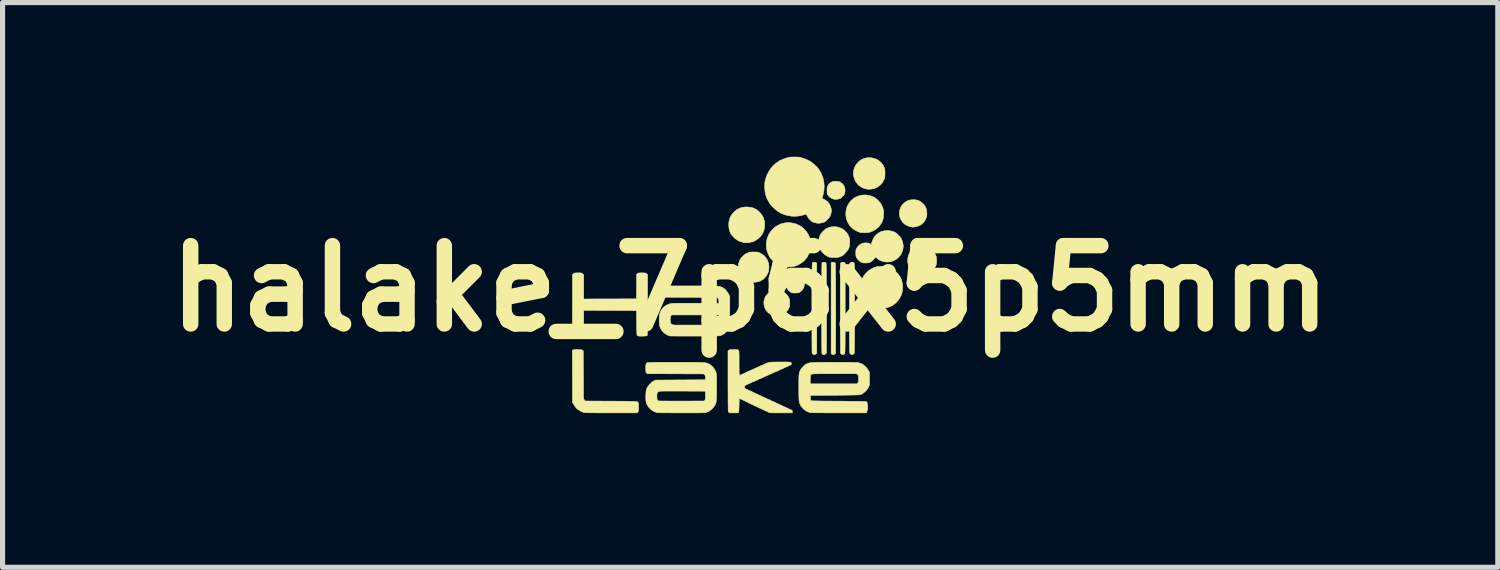
<source format=kicad_pcb>
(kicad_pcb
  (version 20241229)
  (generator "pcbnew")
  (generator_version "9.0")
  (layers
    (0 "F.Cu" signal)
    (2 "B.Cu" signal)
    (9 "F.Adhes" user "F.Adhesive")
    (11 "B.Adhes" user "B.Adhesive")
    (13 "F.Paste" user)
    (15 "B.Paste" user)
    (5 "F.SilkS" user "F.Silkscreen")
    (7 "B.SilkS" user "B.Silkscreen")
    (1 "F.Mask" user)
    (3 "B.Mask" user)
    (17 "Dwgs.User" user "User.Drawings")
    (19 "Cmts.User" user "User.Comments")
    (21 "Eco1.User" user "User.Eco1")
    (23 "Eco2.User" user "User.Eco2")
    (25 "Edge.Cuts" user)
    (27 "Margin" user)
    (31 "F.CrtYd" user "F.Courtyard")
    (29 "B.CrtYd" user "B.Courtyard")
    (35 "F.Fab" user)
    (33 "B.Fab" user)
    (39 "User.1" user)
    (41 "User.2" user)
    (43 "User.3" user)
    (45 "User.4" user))
  (footprint "halake_7p6x5p5mm"
    (layer "F.Cu")
    (at 11.546 2.564)
    (property "Reference" "halake_7p6x5p5mm" (at 0 0 0) (layer "F.SilkS") (effects (font (size 1.524 1.524) (thickness 0.3))))
    (attr through_hole)
    (fp_poly (pts (xy 1.642 -0.507) (xy 1.656 -0.495) (xy 1.658 -0.491) (xy 1.658 -0.483) (xy 1.659 -0.463) (xy 1.66 -0.432) (xy 1.66 -0.392) (xy 1.661 -0.342) (xy 1.661 -0.284) (xy 1.662 -0.218) (xy 1.662 -0.147) (xy 1.663 -0.069) (xy 1.663 0.013) (xy 1.663 0.099) (xy 1.663 0.187) (xy 1.664 0.278) (xy 1.664 0.369) (xy 1.664 0.461) (xy 1.664 0.552) (xy 1.664 0.641) (xy 1.664 0.728) (xy 1.664 0.811) (xy 1.663 0.89) (xy 1.663 0.964) (xy 1.663 1.032) (xy 1.663 1.092) (xy 1.662 1.145) (xy 1.662 1.189) (xy 1.661 1.223) (xy 1.661 1.247) (xy 1.66 1.259) (xy 1.66 1.26) (xy 1.652 1.27) (xy 1.637 1.28) (xy 1.622 1.287) (xy 1.615 1.289) (xy 1.606 1.286) (xy 1.592 1.279) (xy 1.592 1.279) (xy 1.575 1.27) (xy 1.575 -0.507) (xy 1.594 -0.511) (xy 1.62 -0.513) (xy 1.642 -0.507)) (stroke (width 0.01) (type solid)) (fill yes) (layer "F.SilkS"))
    (fp_poly (pts (xy 0.903 -0.262) (xy 0.935 -0.256) (xy 0.959 -0.247) (xy 0.969 -0.24) (xy 0.98 -0.232) (xy 0.986 -0.229) (xy 0.995 -0.224) (xy 1.008 -0.211) (xy 1.022 -0.193) (xy 1.035 -0.173) (xy 1.042 -0.159) (xy 1.048 -0.138) (xy 1.052 -0.11) (xy 1.053 -0.079) (xy 1.051 -0.051) (xy 1.048 -0.034) (xy 1.033 0.001) (xy 1.008 0.035) (xy 0.976 0.063) (xy 0.974 0.064) (xy 0.958 0.074) (xy 0.944 0.08) (xy 0.927 0.084) (xy 0.904 0.086) (xy 0.89 0.086) (xy 0.863 0.087) (xy 0.839 0.086) (xy 0.822 0.084) (xy 0.819 0.084) (xy 0.786 0.069) (xy 0.755 0.044) (xy 0.728 0.013) (xy 0.708 -0.021) (xy 0.705 -0.032) (xy 0.698 -0.06) (xy 0.696 -0.092) (xy 0.698 -0.121) (xy 0.704 -0.143) (xy 0.712 -0.161) (xy 0.718 -0.173) (xy 0.739 -0.205) (xy 0.77 -0.231) (xy 0.807 -0.251) (xy 0.837 -0.26) (xy 0.87 -0.263) (xy 0.903 -0.262)) (stroke (width 0.01) (type solid)) (fill yes) (layer "F.SilkS"))
    (fp_poly (pts (xy 3.223 -1.725) (xy 3.258 -1.718) (xy 3.274 -1.713) (xy 3.324 -1.684) (xy 3.367 -1.648) (xy 3.38 -1.632) (xy 3.407 -1.594) (xy 3.424 -1.558) (xy 3.434 -1.518) (xy 3.438 -1.471) (xy 3.438 -1.453) (xy 3.436 -1.423) (xy 3.433 -1.401) (xy 3.427 -1.381) (xy 3.417 -1.358) (xy 3.404 -1.331) (xy 3.392 -1.311) (xy 3.381 -1.295) (xy 3.366 -1.279) (xy 3.345 -1.26) (xy 3.334 -1.249) (xy 3.315 -1.237) (xy 3.288 -1.224) (xy 3.257 -1.212) (xy 3.226 -1.203) (xy 3.213 -1.201) (xy 3.188 -1.197) (xy 3.17 -1.195) (xy 3.154 -1.196) (xy 3.136 -1.199) (xy 3.115 -1.203) (xy 3.058 -1.222) (xy 3.01 -1.25) (xy 2.969 -1.287) (xy 2.937 -1.331) (xy 2.915 -1.382) (xy 2.904 -1.438) (xy 2.903 -1.482) (xy 2.912 -1.538) (xy 2.933 -1.589) (xy 2.964 -1.635) (xy 3.005 -1.674) (xy 3.054 -1.705) (xy 3.071 -1.713) (xy 3.102 -1.722) (xy 3.141 -1.727) (xy 3.182 -1.728) (xy 3.223 -1.725)) (stroke (width 0.01) (type solid)) (fill yes) (layer "F.SilkS"))
    (fp_poly (pts (xy 1.258 -0.513) (xy 1.277 -0.507) (xy 1.281 -0.504) (xy 1.295 -0.495) (xy 1.295 1.264) (xy 1.275 1.276) (xy 1.26 1.285) (xy 1.251 1.288) (xy 1.241 1.285) (xy 1.228 1.28) (xy 1.213 1.271) (xy 1.204 1.261) (xy 1.204 1.261) (xy 1.204 1.253) (xy 1.203 1.234) (xy 1.203 1.203) (xy 1.202 1.162) (xy 1.202 1.111) (xy 1.202 1.051) (xy 1.201 0.983) (xy 1.201 0.907) (xy 1.201 0.825) (xy 1.201 0.736) (xy 1.2 0.642) (xy 1.2 0.544) (xy 1.2 0.442) (xy 1.2 0.386) (xy 1.2 0.263) (xy 1.2 0.152) (xy 1.2 0.052) (xy 1.2 -0.037) (xy 1.201 -0.116) (xy 1.201 -0.185) (xy 1.201 -0.246) (xy 1.202 -0.298) (xy 1.202 -0.343) (xy 1.203 -0.38) (xy 1.204 -0.411) (xy 1.205 -0.437) (xy 1.206 -0.457) (xy 1.207 -0.473) (xy 1.209 -0.485) (xy 1.211 -0.494) (xy 1.213 -0.5) (xy 1.216 -0.504) (xy 1.218 -0.507) (xy 1.221 -0.509) (xy 1.222 -0.509) (xy 1.237 -0.514) (xy 1.258 -0.513)) (stroke (width 0.01) (type solid)) (fill yes) (layer "F.SilkS"))
    (fp_poly (pts (xy 1.696 -2.085) (xy 1.717 -2.083) (xy 1.733 -2.079) (xy 1.749 -2.072) (xy 1.752 -2.07) (xy 1.793 -2.041) (xy 1.822 -2.006) (xy 1.839 -1.966) (xy 1.846 -1.92) (xy 1.842 -1.872) (xy 1.837 -1.85) (xy 1.832 -1.834) (xy 1.824 -1.82) (xy 1.81 -1.804) (xy 1.794 -1.788) (xy 1.774 -1.768) (xy 1.758 -1.756) (xy 1.744 -1.749) (xy 1.726 -1.744) (xy 1.713 -1.741) (xy 1.686 -1.737) (xy 1.666 -1.735) (xy 1.649 -1.736) (xy 1.629 -1.739) (xy 1.615 -1.743) (xy 1.596 -1.75) (xy 1.574 -1.761) (xy 1.553 -1.774) (xy 1.536 -1.787) (xy 1.526 -1.799) (xy 1.524 -1.804) (xy 1.52 -1.812) (xy 1.51 -1.823) (xy 1.503 -1.829) (xy 1.499 -1.837) (xy 1.497 -1.85) (xy 1.496 -1.868) (xy 1.495 -1.896) (xy 1.495 -1.908) (xy 1.496 -1.94) (xy 1.497 -1.962) (xy 1.499 -1.977) (xy 1.503 -1.989) (xy 1.509 -1.998) (xy 1.51 -1.999) (xy 1.519 -2.013) (xy 1.524 -2.021) (xy 1.524 -2.022) (xy 1.529 -2.03) (xy 1.542 -2.042) (xy 1.559 -2.056) (xy 1.578 -2.068) (xy 1.582 -2.07) (xy 1.597 -2.078) (xy 1.613 -2.083) (xy 1.633 -2.085) (xy 1.66 -2.086) (xy 1.667 -2.086) (xy 1.696 -2.085)) (stroke (width 0.01) (type solid)) (fill yes) (layer "F.SilkS"))
    (fp_poly (pts (xy 2.003 -0.512) (xy 2.016 -0.504) (xy 2.025 -0.491) (xy 2.026 -0.483) (xy 2.027 -0.463) (xy 2.028 -0.432) (xy 2.028 -0.391) (xy 2.029 -0.34) (xy 2.03 -0.282) (xy 2.031 -0.216) (xy 2.031 -0.144) (xy 2.031 -0.067) (xy 2.032 0.015) (xy 2.032 0.101) (xy 2.032 0.19) (xy 2.032 0.28) (xy 2.033 0.372) (xy 2.033 0.464) (xy 2.032 0.555) (xy 2.032 0.644) (xy 2.032 0.731) (xy 2.032 0.814) (xy 2.031 0.893) (xy 2.031 0.967) (xy 2.03 1.034) (xy 2.029 1.094) (xy 2.029 1.147) (xy 2.028 1.19) (xy 2.027 1.224) (xy 2.026 1.247) (xy 2.025 1.259) (xy 2.025 1.26) (xy 2.014 1.273) (xy 1.998 1.282) (xy 1.985 1.287) (xy 1.979 1.289) (xy 1.979 1.289) (xy 1.973 1.286) (xy 1.964 1.283) (xy 1.95 1.273) (xy 1.941 1.263) (xy 1.939 1.26) (xy 1.938 1.255) (xy 1.937 1.248) (xy 1.936 1.237) (xy 1.935 1.223) (xy 1.934 1.205) (xy 1.933 1.181) (xy 1.933 1.152) (xy 1.932 1.116) (xy 1.932 1.074) (xy 1.931 1.024) (xy 1.931 0.966) (xy 1.931 0.899) (xy 1.931 0.822) (xy 1.931 0.736) (xy 1.93 0.639) (xy 1.93 0.53) (xy 1.93 0.41) (xy 1.93 -0.481) (xy 1.946 -0.498) (xy 1.965 -0.511) (xy 1.982 -0.514) (xy 2.003 -0.512)) (stroke (width 0.01) (type solid)) (fill yes) (layer "F.SilkS"))
    (fp_poly (pts (xy 2.269 -1.818) (xy 2.305 -1.812) (xy 2.339 -1.805) (xy 2.366 -1.796) (xy 2.379 -1.79) (xy 2.394 -1.782) (xy 2.405 -1.778) (xy 2.406 -1.778) (xy 2.42 -1.773) (xy 2.44 -1.758) (xy 2.469 -1.733) (xy 2.495 -1.708) (xy 2.533 -1.662) (xy 2.565 -1.61) (xy 2.586 -1.556) (xy 2.591 -1.536) (xy 2.596 -1.5) (xy 2.597 -1.459) (xy 2.595 -1.415) (xy 2.59 -1.373) (xy 2.582 -1.338) (xy 2.578 -1.324) (xy 2.546 -1.261) (xy 2.506 -1.207) (xy 2.457 -1.162) (xy 2.399 -1.126) (xy 2.331 -1.097) (xy 2.315 -1.092) (xy 2.301 -1.09) (xy 2.278 -1.088) (xy 2.249 -1.087) (xy 2.218 -1.087) (xy 2.188 -1.087) (xy 2.163 -1.088) (xy 2.145 -1.09) (xy 2.143 -1.09) (xy 2.112 -1.101) (xy 2.075 -1.118) (xy 2.037 -1.138) (xy 2.003 -1.16) (xy 1.995 -1.167) (xy 1.949 -1.21) (xy 1.912 -1.261) (xy 1.885 -1.318) (xy 1.868 -1.379) (xy 1.86 -1.442) (xy 1.864 -1.506) (xy 1.878 -1.57) (xy 1.894 -1.612) (xy 1.913 -1.645) (xy 1.937 -1.68) (xy 1.963 -1.711) (xy 1.989 -1.735) (xy 1.995 -1.74) (xy 2.013 -1.753) (xy 2.028 -1.764) (xy 2.033 -1.768) (xy 2.044 -1.776) (xy 2.05 -1.778) (xy 2.061 -1.781) (xy 2.076 -1.788) (xy 2.082 -1.79) (xy 2.117 -1.804) (xy 2.163 -1.815) (xy 2.207 -1.82) (xy 2.235 -1.821) (xy 2.269 -1.818)) (stroke (width 0.01) (type solid)) (fill yes) (layer "F.SilkS"))
    (fp_poly (pts (xy 1.828 -0.508) (xy 1.834 -0.504) (xy 1.848 -0.495) (xy 1.848 0.384) (xy 1.848 0.507) (xy 1.848 0.618) (xy 1.848 0.718) (xy 1.848 0.807) (xy 1.848 0.886) (xy 1.847 0.955) (xy 1.847 1.016) (xy 1.847 1.068) (xy 1.846 1.112) (xy 1.846 1.149) (xy 1.845 1.18) (xy 1.845 1.205) (xy 1.844 1.225) (xy 1.843 1.241) (xy 1.842 1.252) (xy 1.841 1.26) (xy 1.84 1.266) (xy 1.839 1.269) (xy 1.837 1.271) (xy 1.837 1.271) (xy 1.815 1.284) (xy 1.793 1.284) (xy 1.781 1.279) (xy 1.767 1.27) (xy 1.758 1.262) (xy 1.758 1.262) (xy 1.757 1.255) (xy 1.756 1.235) (xy 1.756 1.205) (xy 1.755 1.164) (xy 1.755 1.114) (xy 1.755 1.054) (xy 1.754 0.986) (xy 1.754 0.911) (xy 1.753 0.828) (xy 1.753 0.74) (xy 1.753 0.646) (xy 1.753 0.548) (xy 1.753 0.445) (xy 1.753 0.383) (xy 1.753 0.26) (xy 1.753 0.149) (xy 1.753 0.05) (xy 1.753 -0.038) (xy 1.753 -0.116) (xy 1.753 -0.185) (xy 1.753 -0.245) (xy 1.753 -0.296) (xy 1.754 -0.34) (xy 1.754 -0.377) (xy 1.755 -0.407) (xy 1.755 -0.432) (xy 1.756 -0.452) (xy 1.757 -0.467) (xy 1.758 -0.479) (xy 1.759 -0.487) (xy 1.76 -0.493) (xy 1.762 -0.497) (xy 1.763 -0.499) (xy 1.765 -0.501) (xy 1.765 -0.502) (xy 1.783 -0.512) (xy 1.806 -0.514) (xy 1.828 -0.508)) (stroke (width 0.01) (type solid)) (fill yes) (layer "F.SilkS"))
    (fp_poly (pts (xy -3.32 1.188) (xy -3.297 1.189) (xy -3.281 1.191) (xy -3.271 1.195) (xy -3.263 1.2) (xy -3.248 1.212) (xy -3.245 1.681) (xy -3.242 2.15) (xy -3.224 2.169) (xy -3.207 2.188) (xy -2.706 2.191) (xy -2.614 2.191) (xy -2.533 2.192) (xy -2.463 2.192) (xy -2.404 2.193) (xy -2.354 2.194) (xy -2.312 2.194) (xy -2.278 2.195) (xy -2.251 2.197) (xy -2.23 2.198) (xy -2.214 2.2) (xy -2.202 2.202) (xy -2.193 2.205) (xy -2.187 2.208) (xy -2.183 2.211) (xy -2.18 2.215) (xy -2.177 2.219) (xy -2.175 2.228) (xy -2.173 2.246) (xy -2.172 2.272) (xy -2.172 2.303) (xy -2.172 2.306) (xy -2.172 2.34) (xy -2.173 2.364) (xy -2.175 2.38) (xy -2.178 2.391) (xy -2.183 2.4) (xy -2.185 2.403) (xy -2.198 2.419) (xy -2.718 2.419) (xy -2.798 2.419) (xy -2.875 2.419) (xy -2.946 2.419) (xy -3.012 2.418) (xy -3.072 2.418) (xy -3.123 2.417) (xy -3.167 2.417) (xy -3.201 2.416) (xy -3.224 2.415) (xy -3.237 2.414) (xy -3.239 2.414) (xy -3.244 2.409) (xy -3.258 2.403) (xy -3.265 2.4) (xy -3.295 2.388) (xy -3.327 2.369) (xy -3.358 2.348) (xy -3.376 2.333) (xy -3.391 2.316) (xy -3.406 2.296) (xy -3.423 2.27) (xy -3.439 2.245) (xy -3.458 2.213) (xy -3.461 1.2) (xy -3.445 1.194) (xy -3.432 1.191) (xy -3.41 1.189) (xy -3.381 1.188) (xy -3.353 1.187) (xy -3.32 1.188)) (stroke (width 0.01) (type solid)) (fill yes) (layer "F.SilkS"))
    (fp_poly (pts (xy 1.463 -0.508) (xy 1.474 -0.503) (xy 1.476 -0.5) (xy 1.477 -0.492) (xy 1.478 -0.479) (xy 1.479 -0.461) (xy 1.48 -0.437) (xy 1.48 -0.406) (xy 1.481 -0.368) (xy 1.482 -0.322) (xy 1.482 -0.268) (xy 1.483 -0.205) (xy 1.483 -0.133) (xy 1.483 -0.05) (xy 1.484 0.043) (xy 1.484 0.147) (xy 1.484 0.262) (xy 1.485 0.367) (xy 1.485 0.471) (xy 1.485 0.572) (xy 1.485 0.668) (xy 1.485 0.76) (xy 1.485 0.846) (xy 1.485 0.926) (xy 1.485 0.999) (xy 1.485 1.064) (xy 1.484 1.121) (xy 1.484 1.168) (xy 1.484 1.205) (xy 1.483 1.231) (xy 1.483 1.246) (xy 1.483 1.249) (xy 1.475 1.268) (xy 1.459 1.279) (xy 1.441 1.287) (xy 1.428 1.288) (xy 1.415 1.282) (xy 1.413 1.281) (xy 1.401 1.272) (xy 1.396 1.267) (xy 1.395 1.26) (xy 1.394 1.241) (xy 1.394 1.211) (xy 1.393 1.171) (xy 1.393 1.121) (xy 1.392 1.064) (xy 1.392 0.999) (xy 1.391 0.928) (xy 1.391 0.851) (xy 1.391 0.769) (xy 1.391 0.684) (xy 1.391 0.595) (xy 1.391 0.505) (xy 1.391 0.413) (xy 1.391 0.321) (xy 1.391 0.23) (xy 1.391 0.14) (xy 1.391 0.052) (xy 1.392 -0.032) (xy 1.392 -0.112) (xy 1.392 -0.187) (xy 1.393 -0.256) (xy 1.393 -0.319) (xy 1.394 -0.374) (xy 1.394 -0.42) (xy 1.395 -0.457) (xy 1.396 -0.483) (xy 1.396 -0.498) (xy 1.397 -0.502) (xy 1.407 -0.508) (xy 1.425 -0.511) (xy 1.445 -0.511) (xy 1.463 -0.508)) (stroke (width 0.01) (type solid)) (fill yes) (layer "F.SilkS"))
    (fp_poly (pts (xy 0.583 0.037) (xy 0.632 0.055) (xy 0.677 0.085) (xy 0.715 0.123) (xy 0.73 0.143) (xy 0.742 0.163) (xy 0.749 0.175) (xy 0.756 0.192) (xy 0.763 0.205) (xy 0.765 0.215) (xy 0.767 0.236) (xy 0.768 0.262) (xy 0.768 0.282) (xy 0.768 0.315) (xy 0.766 0.338) (xy 0.763 0.354) (xy 0.758 0.368) (xy 0.756 0.371) (xy 0.748 0.387) (xy 0.743 0.398) (xy 0.743 0.4) (xy 0.738 0.411) (xy 0.726 0.427) (xy 0.709 0.446) (xy 0.688 0.466) (xy 0.667 0.484) (xy 0.648 0.498) (xy 0.646 0.499) (xy 0.62 0.511) (xy 0.587 0.522) (xy 0.552 0.529) (xy 0.52 0.533) (xy 0.514 0.533) (xy 0.492 0.531) (xy 0.465 0.526) (xy 0.448 0.522) (xy 0.427 0.516) (xy 0.412 0.511) (xy 0.406 0.508) (xy 0.399 0.502) (xy 0.385 0.494) (xy 0.381 0.492) (xy 0.358 0.476) (xy 0.334 0.453) (xy 0.312 0.426) (xy 0.294 0.398) (xy 0.283 0.371) (xy 0.279 0.353) (xy 0.277 0.339) (xy 0.273 0.333) (xy 0.27 0.326) (xy 0.268 0.308) (xy 0.267 0.285) (xy 0.267 0.279) (xy 0.267 0.255) (xy 0.269 0.237) (xy 0.272 0.226) (xy 0.273 0.225) (xy 0.278 0.217) (xy 0.279 0.205) (xy 0.283 0.19) (xy 0.291 0.17) (xy 0.296 0.16) (xy 0.309 0.141) (xy 0.325 0.121) (xy 0.342 0.102) (xy 0.358 0.086) (xy 0.37 0.077) (xy 0.374 0.076) (xy 0.381 0.072) (xy 0.381 0.071) (xy 0.386 0.066) (xy 0.401 0.058) (xy 0.421 0.048) (xy 0.424 0.047) (xy 0.477 0.032) (xy 0.53 0.029) (xy 0.583 0.037)) (stroke (width 0.01) (type solid)) (fill yes) (layer "F.SilkS"))
    (fp_poly (pts (xy 3.36 -0.824) (xy 3.403 -0.819) (xy 3.44 -0.81) (xy 3.458 -0.803) (xy 3.48 -0.79) (xy 3.504 -0.776) (xy 3.527 -0.76) (xy 3.546 -0.745) (xy 3.558 -0.733) (xy 3.562 -0.726) (xy 3.567 -0.716) (xy 3.571 -0.713) (xy 3.578 -0.705) (xy 3.588 -0.689) (xy 3.6 -0.667) (xy 3.603 -0.661) (xy 3.613 -0.64) (xy 3.62 -0.623) (xy 3.623 -0.606) (xy 3.625 -0.587) (xy 3.626 -0.561) (xy 3.626 -0.543) (xy 3.626 -0.511) (xy 3.625 -0.489) (xy 3.622 -0.471) (xy 3.617 -0.455) (xy 3.609 -0.437) (xy 3.604 -0.427) (xy 3.578 -0.385) (xy 3.545 -0.345) (xy 3.507 -0.312) (xy 3.483 -0.296) (xy 3.435 -0.276) (xy 3.382 -0.264) (xy 3.328 -0.262) (xy 3.277 -0.269) (xy 3.275 -0.27) (xy 3.24 -0.281) (xy 3.207 -0.296) (xy 3.18 -0.312) (xy 3.176 -0.315) (xy 3.158 -0.331) (xy 3.14 -0.349) (xy 3.122 -0.369) (xy 3.108 -0.386) (xy 3.1 -0.399) (xy 3.099 -0.403) (xy 3.095 -0.412) (xy 3.089 -0.42) (xy 3.083 -0.43) (xy 3.077 -0.451) (xy 3.072 -0.476) (xy 3.07 -0.488) (xy 3.065 -0.519) (xy 3.064 -0.543) (xy 3.065 -0.565) (xy 3.068 -0.592) (xy 3.07 -0.601) (xy 3.075 -0.627) (xy 3.081 -0.649) (xy 3.086 -0.663) (xy 3.088 -0.666) (xy 3.097 -0.68) (xy 3.104 -0.694) (xy 3.111 -0.706) (xy 3.118 -0.711) (xy 3.124 -0.716) (xy 3.124 -0.718) (xy 3.129 -0.727) (xy 3.139 -0.74) (xy 3.152 -0.752) (xy 3.164 -0.761) (xy 3.168 -0.762) (xy 3.175 -0.766) (xy 3.175 -0.767) (xy 3.18 -0.774) (xy 3.195 -0.783) (xy 3.215 -0.794) (xy 3.239 -0.804) (xy 3.262 -0.813) (xy 3.282 -0.819) (xy 3.318 -0.824) (xy 3.36 -0.824)) (stroke (width 0.01) (type solid)) (fill yes) (layer "F.SilkS"))
    (fp_poly (pts (xy 2.377 -2.541) (xy 2.434 -2.525) (xy 2.487 -2.499) (xy 2.534 -2.463) (xy 2.536 -2.46) (xy 2.557 -2.438) (xy 2.576 -2.414) (xy 2.59 -2.393) (xy 2.597 -2.377) (xy 2.597 -2.373) (xy 2.6 -2.364) (xy 2.602 -2.362) (xy 2.609 -2.356) (xy 2.615 -2.339) (xy 2.619 -2.312) (xy 2.622 -2.277) (xy 2.623 -2.236) (xy 2.623 -2.236) (xy 2.622 -2.203) (xy 2.621 -2.179) (xy 2.619 -2.162) (xy 2.615 -2.146) (xy 2.609 -2.131) (xy 2.603 -2.119) (xy 2.588 -2.089) (xy 2.576 -2.067) (xy 2.566 -2.051) (xy 2.554 -2.037) (xy 2.54 -2.023) (xy 2.529 -2.013) (xy 2.492 -1.984) (xy 2.457 -1.963) (xy 2.418 -1.948) (xy 2.407 -1.945) (xy 2.382 -1.939) (xy 2.354 -1.935) (xy 2.324 -1.933) (xy 2.298 -1.932) (xy 2.277 -1.933) (xy 2.267 -1.936) (xy 2.256 -1.94) (xy 2.237 -1.946) (xy 2.221 -1.949) (xy 2.201 -1.954) (xy 2.188 -1.959) (xy 2.184 -1.962) (xy 2.179 -1.967) (xy 2.166 -1.974) (xy 2.162 -1.975) (xy 2.146 -1.982) (xy 2.136 -1.99) (xy 2.136 -1.991) (xy 2.129 -1.999) (xy 2.126 -2) (xy 2.118 -2.005) (xy 2.105 -2.015) (xy 2.093 -2.028) (xy 2.084 -2.039) (xy 2.083 -2.044) (xy 2.078 -2.051) (xy 2.074 -2.053) (xy 2.066 -2.061) (xy 2.055 -2.078) (xy 2.043 -2.102) (xy 2.032 -2.129) (xy 2.022 -2.156) (xy 2.016 -2.175) (xy 2.009 -2.212) (xy 2.007 -2.246) (xy 2.011 -2.283) (xy 2.013 -2.293) (xy 2.017 -2.312) (xy 2.021 -2.328) (xy 2.028 -2.345) (xy 2.037 -2.367) (xy 2.047 -2.387) (xy 2.06 -2.409) (xy 2.08 -2.434) (xy 2.104 -2.46) (xy 2.128 -2.483) (xy 2.149 -2.499) (xy 2.203 -2.526) (xy 2.26 -2.542) (xy 2.319 -2.547) (xy 2.377 -2.541)) (stroke (width 0.01) (type solid)) (fill yes) (layer "F.SilkS"))
    (fp_poly (pts (xy 0.102 -0.711) (xy 0.128 -0.71) (xy 0.147 -0.707) (xy 0.161 -0.704) (xy 0.171 -0.699) (xy 0.19 -0.69) (xy 0.207 -0.681) (xy 0.21 -0.68) (xy 0.249 -0.656) (xy 0.287 -0.621) (xy 0.315 -0.587) (xy 0.341 -0.54) (xy 0.358 -0.487) (xy 0.365 -0.43) (xy 0.363 -0.373) (xy 0.35 -0.317) (xy 0.347 -0.311) (xy 0.338 -0.288) (xy 0.325 -0.265) (xy 0.313 -0.244) (xy 0.301 -0.229) (xy 0.293 -0.222) (xy 0.292 -0.222) (xy 0.286 -0.217) (xy 0.286 -0.213) (xy 0.282 -0.204) (xy 0.279 -0.203) (xy 0.271 -0.199) (xy 0.26 -0.188) (xy 0.259 -0.187) (xy 0.248 -0.176) (xy 0.239 -0.171) (xy 0.238 -0.171) (xy 0.228 -0.168) (xy 0.219 -0.16) (xy 0.196 -0.146) (xy 0.165 -0.135) (xy 0.127 -0.127) (xy 0.087 -0.122) (xy 0.047 -0.121) (xy 0.011 -0.124) (xy -0.018 -0.132) (xy -0.022 -0.134) (xy -0.039 -0.141) (xy -0.053 -0.145) (xy -0.055 -0.146) (xy -0.067 -0.15) (xy -0.084 -0.161) (xy -0.106 -0.176) (xy -0.128 -0.193) (xy -0.149 -0.211) (xy -0.165 -0.227) (xy -0.176 -0.24) (xy -0.178 -0.245) (xy -0.182 -0.254) (xy -0.191 -0.264) (xy -0.2 -0.276) (xy -0.203 -0.285) (xy -0.206 -0.297) (xy -0.213 -0.314) (xy -0.216 -0.321) (xy -0.223 -0.343) (xy -0.227 -0.374) (xy -0.229 -0.409) (xy -0.229 -0.445) (xy -0.226 -0.478) (xy -0.22 -0.505) (xy -0.216 -0.516) (xy -0.208 -0.533) (xy -0.204 -0.545) (xy -0.203 -0.547) (xy -0.198 -0.562) (xy -0.186 -0.581) (xy -0.167 -0.604) (xy -0.145 -0.628) (xy -0.121 -0.65) (xy -0.099 -0.668) (xy -0.079 -0.681) (xy -0.065 -0.686) (xy -0.055 -0.689) (xy -0.04 -0.697) (xy -0.037 -0.698) (xy -0.026 -0.704) (xy -0.014 -0.707) (xy 0.003 -0.71) (xy 0.026 -0.711) (xy 0.059 -0.711) (xy 0.066 -0.711) (xy 0.102 -0.711)) (stroke (width 0.01) (type solid)) (fill yes) (layer "F.SilkS"))
    (fp_poly (pts (xy 1.68 -1.2) (xy 1.705 -1.195) (xy 1.732 -1.187) (xy 1.758 -1.178) (xy 1.782 -1.168) (xy 1.8 -1.158) (xy 1.809 -1.151) (xy 1.81 -1.149) (xy 1.815 -1.143) (xy 1.816 -1.143) (xy 1.824 -1.139) (xy 1.837 -1.128) (xy 1.853 -1.113) (xy 1.868 -1.097) (xy 1.88 -1.084) (xy 1.886 -1.075) (xy 1.886 -1.074) (xy 1.89 -1.066) (xy 1.895 -1.061) (xy 1.901 -1.052) (xy 1.91 -1.034) (xy 1.919 -1.011) (xy 1.921 -1.007) (xy 1.929 -0.985) (xy 1.933 -0.966) (xy 1.936 -0.948) (xy 1.936 -0.925) (xy 1.936 -0.893) (xy 1.935 -0.888) (xy 1.934 -0.855) (xy 1.932 -0.831) (xy 1.928 -0.812) (xy 1.922 -0.795) (xy 1.913 -0.775) (xy 1.912 -0.773) (xy 1.898 -0.748) (xy 1.878 -0.722) (xy 1.855 -0.695) (xy 1.831 -0.67) (xy 1.808 -0.65) (xy 1.788 -0.635) (xy 1.772 -0.629) (xy 1.771 -0.629) (xy 1.76 -0.626) (xy 1.744 -0.619) (xy 1.738 -0.616) (xy 1.726 -0.611) (xy 1.713 -0.607) (xy 1.696 -0.605) (xy 1.671 -0.604) (xy 1.637 -0.604) (xy 1.634 -0.604) (xy 1.599 -0.604) (xy 1.575 -0.605) (xy 1.556 -0.607) (xy 1.541 -0.611) (xy 1.526 -0.617) (xy 1.514 -0.623) (xy 1.488 -0.636) (xy 1.469 -0.647) (xy 1.453 -0.658) (xy 1.436 -0.673) (xy 1.415 -0.694) (xy 1.379 -0.736) (xy 1.355 -0.777) (xy 1.346 -0.806) (xy 1.341 -0.827) (xy 1.335 -0.851) (xy 1.333 -0.857) (xy 1.329 -0.889) (xy 1.33 -0.927) (xy 1.336 -0.963) (xy 1.339 -0.973) (xy 1.345 -0.993) (xy 1.349 -1.011) (xy 1.355 -1.027) (xy 1.362 -1.037) (xy 1.37 -1.048) (xy 1.372 -1.054) (xy 1.376 -1.064) (xy 1.388 -1.08) (xy 1.406 -1.1) (xy 1.426 -1.12) (xy 1.446 -1.14) (xy 1.466 -1.156) (xy 1.48 -1.166) (xy 1.487 -1.168) (xy 1.498 -1.172) (xy 1.513 -1.179) (xy 1.514 -1.18) (xy 1.54 -1.191) (xy 1.575 -1.199) (xy 1.614 -1.203) (xy 1.654 -1.203) (xy 1.68 -1.2)) (stroke (width 0.01) (type solid)) (fill yes) (layer "F.SilkS"))
    (fp_poly (pts (xy 2.605 -0.431) (xy 2.627 -0.429) (xy 2.647 -0.425) (xy 2.669 -0.419) (xy 2.669 -0.419) (xy 2.693 -0.412) (xy 2.713 -0.405) (xy 2.726 -0.399) (xy 2.727 -0.399) (xy 2.778 -0.369) (xy 2.819 -0.341) (xy 2.852 -0.312) (xy 2.879 -0.281) (xy 2.893 -0.26) (xy 2.905 -0.242) (xy 2.915 -0.228) (xy 2.919 -0.223) (xy 2.926 -0.212) (xy 2.927 -0.208) (xy 2.93 -0.197) (xy 2.937 -0.182) (xy 2.937 -0.181) (xy 2.95 -0.147) (xy 2.96 -0.104) (xy 2.965 -0.056) (xy 2.966 -0.006) (xy 2.962 0.043) (xy 2.959 0.064) (xy 2.942 0.121) (xy 2.915 0.178) (xy 2.879 0.231) (xy 2.837 0.276) (xy 2.817 0.293) (xy 2.799 0.307) (xy 2.784 0.318) (xy 2.777 0.324) (xy 2.764 0.332) (xy 2.742 0.342) (xy 2.716 0.354) (xy 2.688 0.364) (xy 2.667 0.371) (xy 2.644 0.376) (xy 2.613 0.38) (xy 2.58 0.383) (xy 2.547 0.385) (xy 2.519 0.385) (xy 2.502 0.383) (xy 2.457 0.372) (xy 2.41 0.356) (xy 2.364 0.336) (xy 2.327 0.316) (xy 2.315 0.306) (xy 2.296 0.289) (xy 2.275 0.268) (xy 2.253 0.246) (xy 2.233 0.224) (xy 2.217 0.206) (xy 2.208 0.193) (xy 2.208 0.193) (xy 2.198 0.174) (xy 2.19 0.159) (xy 2.183 0.143) (xy 2.174 0.123) (xy 2.171 0.117) (xy 2.162 0.088) (xy 2.155 0.05) (xy 2.151 0.007) (xy 2.15 -0.039) (xy 2.153 -0.082) (xy 2.153 -0.084) (xy 2.157 -0.114) (xy 2.163 -0.139) (xy 2.171 -0.164) (xy 2.183 -0.192) (xy 2.2 -0.226) (xy 2.207 -0.241) (xy 2.22 -0.261) (xy 2.241 -0.285) (xy 2.265 -0.311) (xy 2.289 -0.334) (xy 2.307 -0.349) (xy 2.332 -0.366) (xy 2.358 -0.382) (xy 2.381 -0.395) (xy 2.4 -0.404) (xy 2.409 -0.406) (xy 2.42 -0.409) (xy 2.436 -0.416) (xy 2.439 -0.417) (xy 2.454 -0.423) (xy 2.475 -0.426) (xy 2.504 -0.429) (xy 2.542 -0.431) (xy 2.578 -0.432) (xy 2.605 -0.431)) (stroke (width 0.01) (type solid)) (fill yes) (layer "F.SilkS"))
    (fp_poly (pts (xy -0.039 -1.586) (xy -0.006 -1.582) (xy 0.026 -1.577) (xy 0.052 -1.57) (xy 0.071 -1.563) (xy 0.075 -1.56) (xy 0.088 -1.551) (xy 0.097 -1.549) (xy 0.111 -1.545) (xy 0.131 -1.532) (xy 0.154 -1.513) (xy 0.177 -1.491) (xy 0.2 -1.467) (xy 0.219 -1.443) (xy 0.232 -1.423) (xy 0.236 -1.414) (xy 0.242 -1.402) (xy 0.248 -1.397) (xy 0.252 -1.391) (xy 0.257 -1.378) (xy 0.258 -1.373) (xy 0.264 -1.351) (xy 0.272 -1.331) (xy 0.272 -1.33) (xy 0.279 -1.309) (xy 0.283 -1.278) (xy 0.283 -1.242) (xy 0.28 -1.204) (xy 0.275 -1.167) (xy 0.267 -1.137) (xy 0.259 -1.114) (xy 0.252 -1.096) (xy 0.248 -1.087) (xy 0.247 -1.086) (xy 0.242 -1.078) (xy 0.235 -1.064) (xy 0.233 -1.059) (xy 0.225 -1.044) (xy 0.218 -1.036) (xy 0.216 -1.035) (xy 0.21 -1.03) (xy 0.21 -1.028) (xy 0.204 -1.017) (xy 0.19 -1.001) (xy 0.169 -0.983) (xy 0.144 -0.964) (xy 0.117 -0.945) (xy 0.09 -0.928) (xy 0.066 -0.916) (xy 0.047 -0.909) (xy 0.04 -0.908) (xy 0.027 -0.906) (xy 0.009 -0.901) (xy 0.003 -0.899) (xy -0.017 -0.894) (xy -0.046 -0.891) (xy -0.078 -0.89) (xy -0.108 -0.891) (xy -0.127 -0.894) (xy -0.142 -0.898) (xy -0.149 -0.902) (xy -0.16 -0.907) (xy -0.17 -0.908) (xy -0.191 -0.912) (xy -0.219 -0.924) (xy -0.25 -0.942) (xy -0.281 -0.963) (xy -0.309 -0.987) (xy -0.33 -1.008) (xy -0.355 -1.039) (xy -0.372 -1.06) (xy -0.38 -1.075) (xy -0.381 -1.079) (xy -0.384 -1.089) (xy -0.392 -1.102) (xy -0.402 -1.127) (xy -0.41 -1.16) (xy -0.415 -1.199) (xy -0.417 -1.241) (xy -0.415 -1.282) (xy -0.41 -1.316) (xy -0.395 -1.369) (xy -0.373 -1.416) (xy -0.342 -1.46) (xy -0.301 -1.502) (xy -0.261 -1.535) (xy -0.247 -1.545) (xy -0.235 -1.549) (xy -0.234 -1.549) (xy -0.222 -1.553) (xy -0.211 -1.56) (xy -0.193 -1.568) (xy -0.166 -1.576) (xy -0.133 -1.582) (xy -0.099 -1.586) (xy -0.07 -1.587) (xy -0.039 -1.586)) (stroke (width 0.01) (type solid)) (fill yes) (layer "F.SilkS"))
    (fp_poly (pts (xy -2.073 -0.305) (xy -2.052 -0.303) (xy -2.037 -0.301) (xy -2.027 -0.297) (xy -2.018 -0.291) (xy -2.016 -0.289) (xy -1.997 -0.274) (xy -1.997 0.317) (xy -1.997 0.42) (xy -1.997 0.511) (xy -1.997 0.591) (xy -1.998 0.661) (xy -1.998 0.72) (xy -1.998 0.77) (xy -1.999 0.811) (xy -2 0.845) (xy -2.001 0.871) (xy -2.001 0.89) (xy -2.003 0.904) (xy -2.004 0.912) (xy -2.005 0.916) (xy -2.005 0.916) (xy -2.016 0.92) (xy -2.036 0.923) (xy -2.063 0.925) (xy -2.093 0.926) (xy -2.124 0.927) (xy -2.153 0.926) (xy -2.176 0.923) (xy -2.191 0.92) (xy -2.194 0.918) (xy -2.197 0.916) (xy -2.2 0.911) (xy -2.202 0.905) (xy -2.204 0.894) (xy -2.205 0.879) (xy -2.206 0.857) (xy -2.207 0.828) (xy -2.208 0.79) (xy -2.209 0.743) (xy -2.21 0.684) (xy -2.21 0.669) (xy -2.213 0.429) (xy -2.726 0.427) (xy -3.238 0.425) (xy -3.24 0.666) (xy -3.24 0.731) (xy -3.241 0.785) (xy -3.242 0.828) (xy -3.243 0.861) (xy -3.244 0.885) (xy -3.246 0.902) (xy -3.248 0.912) (xy -3.25 0.916) (xy -3.259 0.919) (xy -3.279 0.922) (xy -3.305 0.924) (xy -3.334 0.925) (xy -3.365 0.926) (xy -3.393 0.925) (xy -3.416 0.924) (xy -3.432 0.922) (xy -3.433 0.921) (xy -3.448 0.911) (xy -3.454 0.902) (xy -3.455 0.895) (xy -3.456 0.878) (xy -3.457 0.851) (xy -3.458 0.814) (xy -3.459 0.766) (xy -3.459 0.707) (xy -3.46 0.637) (xy -3.46 0.555) (xy -3.46 0.462) (xy -3.459 0.356) (xy -3.459 0.309) (xy -3.458 -0.271) (xy -3.439 -0.288) (xy -3.429 -0.295) (xy -3.42 -0.3) (xy -3.408 -0.303) (xy -3.39 -0.304) (xy -3.364 -0.305) (xy -3.349 -0.305) (xy -3.318 -0.305) (xy -3.297 -0.304) (xy -3.283 -0.302) (xy -3.273 -0.298) (xy -3.264 -0.292) (xy -3.258 -0.286) (xy -3.239 -0.268) (xy -3.239 0.203) (xy -2.726 0.202) (xy -2.213 0.2) (xy -2.211 -0.039) (xy -2.21 -0.279) (xy -2.191 -0.292) (xy -2.181 -0.298) (xy -2.169 -0.302) (xy -2.153 -0.304) (xy -2.128 -0.305) (xy -2.104 -0.305) (xy -2.073 -0.305)) (stroke (width 0.01) (type solid)) (fill yes) (layer "F.SilkS"))
    (fp_poly (pts (xy 0.812 -1.276) (xy 0.881 -1.26) (xy 0.901 -1.253) (xy 0.928 -1.241) (xy 0.959 -1.225) (xy 0.988 -1.208) (xy 1.012 -1.192) (xy 1.022 -1.183) (xy 1.033 -1.173) (xy 1.048 -1.16) (xy 1.051 -1.156) (xy 1.065 -1.143) (xy 1.074 -1.13) (xy 1.075 -1.128) (xy 1.082 -1.119) (xy 1.086 -1.118) (xy 1.093 -1.112) (xy 1.099 -1.103) (xy 1.105 -1.09) (xy 1.116 -1.071) (xy 1.127 -1.054) (xy 1.138 -1.034) (xy 1.146 -1.018) (xy 1.149 -1.009) (xy 1.152 -0.997) (xy 1.158 -0.979) (xy 1.162 -0.968) (xy 1.167 -0.954) (xy 1.171 -0.937) (xy 1.173 -0.917) (xy 1.174 -0.889) (xy 1.175 -0.854) (xy 1.174 -0.817) (xy 1.173 -0.789) (xy 1.171 -0.767) (xy 1.167 -0.747) (xy 1.16 -0.725) (xy 1.158 -0.719) (xy 1.149 -0.695) (xy 1.141 -0.674) (xy 1.134 -0.661) (xy 1.133 -0.66) (xy 1.126 -0.649) (xy 1.124 -0.643) (xy 1.121 -0.633) (xy 1.112 -0.618) (xy 1.101 -0.602) (xy 1.09 -0.588) (xy 1.081 -0.579) (xy 1.079 -0.578) (xy 1.073 -0.573) (xy 1.073 -0.571) (xy 1.068 -0.56) (xy 1.054 -0.545) (xy 1.034 -0.527) (xy 1.009 -0.507) (xy 0.982 -0.489) (xy 0.954 -0.473) (xy 0.94 -0.465) (xy 0.906 -0.45) (xy 0.88 -0.439) (xy 0.857 -0.432) (xy 0.834 -0.428) (xy 0.807 -0.425) (xy 0.806 -0.425) (xy 0.777 -0.422) (xy 0.754 -0.421) (xy 0.734 -0.421) (xy 0.712 -0.422) (xy 0.684 -0.424) (xy 0.673 -0.425) (xy 0.646 -0.429) (xy 0.619 -0.435) (xy 0.6 -0.441) (xy 0.54 -0.471) (xy 0.49 -0.501) (xy 0.449 -0.534) (xy 0.416 -0.569) (xy 0.416 -0.569) (xy 0.402 -0.586) (xy 0.392 -0.598) (xy 0.387 -0.603) (xy 0.38 -0.613) (xy 0.37 -0.632) (xy 0.358 -0.657) (xy 0.346 -0.685) (xy 0.335 -0.713) (xy 0.326 -0.739) (xy 0.321 -0.759) (xy 0.312 -0.831) (xy 0.315 -0.903) (xy 0.33 -0.973) (xy 0.356 -1.04) (xy 0.393 -1.102) (xy 0.44 -1.157) (xy 0.44 -1.157) (xy 0.459 -1.176) (xy 0.475 -1.19) (xy 0.486 -1.199) (xy 0.489 -1.2) (xy 0.498 -1.204) (xy 0.503 -1.208) (xy 0.512 -1.215) (xy 0.53 -1.225) (xy 0.552 -1.236) (xy 0.575 -1.247) (xy 0.596 -1.257) (xy 0.606 -1.261) (xy 0.672 -1.277) (xy 0.742 -1.282) (xy 0.812 -1.276)) (stroke (width 0.01) (type solid)) (fill yes) (layer "F.SilkS"))
    (fp_poly (pts (xy 2.686 -1.128) (xy 2.716 -1.124) (xy 2.718 -1.124) (xy 2.746 -1.119) (xy 2.769 -1.114) (xy 2.786 -1.109) (xy 2.789 -1.108) (xy 2.805 -1.099) (xy 2.824 -1.09) (xy 2.824 -1.09) (xy 2.843 -1.078) (xy 2.866 -1.058) (xy 2.89 -1.034) (xy 2.913 -1.008) (xy 2.932 -0.984) (xy 2.937 -0.976) (xy 2.952 -0.943) (xy 2.965 -0.903) (xy 2.974 -0.862) (xy 2.978 -0.825) (xy 2.978 -0.823) (xy 2.976 -0.797) (xy 2.972 -0.768) (xy 2.968 -0.752) (xy 2.947 -0.693) (xy 2.916 -0.641) (xy 2.877 -0.597) (xy 2.83 -0.562) (xy 2.778 -0.536) (xy 2.721 -0.52) (xy 2.661 -0.516) (xy 2.619 -0.519) (xy 2.595 -0.525) (xy 2.567 -0.533) (xy 2.54 -0.543) (xy 2.516 -0.554) (xy 2.499 -0.564) (xy 2.49 -0.572) (xy 2.49 -0.572) (xy 2.483 -0.577) (xy 2.479 -0.578) (xy 2.47 -0.583) (xy 2.464 -0.591) (xy 2.455 -0.601) (xy 2.448 -0.603) (xy 2.439 -0.608) (xy 2.437 -0.611) (xy 2.433 -0.61) (xy 2.427 -0.601) (xy 2.424 -0.596) (xy 2.407 -0.571) (xy 2.382 -0.545) (xy 2.352 -0.522) (xy 2.337 -0.514) (xy 2.313 -0.505) (xy 2.28 -0.499) (xy 2.245 -0.497) (xy 2.211 -0.498) (xy 2.185 -0.502) (xy 2.144 -0.521) (xy 2.107 -0.551) (xy 2.077 -0.589) (xy 2.069 -0.603) (xy 2.062 -0.619) (xy 2.057 -0.636) (xy 2.055 -0.657) (xy 2.054 -0.686) (xy 2.054 -0.692) (xy 2.055 -0.722) (xy 2.057 -0.744) (xy 2.06 -0.76) (xy 2.067 -0.776) (xy 2.071 -0.784) (xy 2.094 -0.818) (xy 2.123 -0.846) (xy 2.163 -0.87) (xy 2.165 -0.871) (xy 2.205 -0.885) (xy 2.249 -0.89) (xy 2.293 -0.885) (xy 2.327 -0.873) (xy 2.359 -0.858) (xy 2.361 -0.875) (xy 2.365 -0.892) (xy 2.372 -0.915) (xy 2.383 -0.941) (xy 2.394 -0.964) (xy 2.396 -0.968) (xy 2.404 -0.984) (xy 2.411 -0.998) (xy 2.42 -1.011) (xy 2.429 -1.018) (xy 2.437 -1.025) (xy 2.438 -1.029) (xy 2.443 -1.038) (xy 2.454 -1.049) (xy 2.468 -1.06) (xy 2.479 -1.066) (xy 2.481 -1.067) (xy 2.489 -1.071) (xy 2.489 -1.073) (xy 2.495 -1.08) (xy 2.508 -1.088) (xy 2.513 -1.09) (xy 2.529 -1.098) (xy 2.539 -1.104) (xy 2.54 -1.106) (xy 2.548 -1.109) (xy 2.565 -1.114) (xy 2.589 -1.119) (xy 2.603 -1.122) (xy 2.635 -1.127) (xy 2.661 -1.129) (xy 2.686 -1.128)) (stroke (width 0.01) (type solid)) (fill yes) (layer "F.SilkS"))
    (fp_poly (pts (xy -1.178 -0.051) (xy -1.081 -0.051) (xy -0.995 -0.051) (xy -0.92 -0.05) (xy -0.856 -0.05) (xy -0.801 -0.05) (xy -0.754 -0.05) (xy -0.715 -0.049) (xy -0.684 -0.049) (xy -0.658 -0.048) (xy -0.638 -0.047) (xy -0.623 -0.046) (xy -0.611 -0.045) (xy -0.602 -0.043) (xy -0.595 -0.042) (xy -0.59 -0.04) (xy -0.585 -0.038) (xy -0.567 -0.03) (xy -0.552 -0.026) (xy -0.549 -0.025) (xy -0.538 -0.021) (xy -0.529 -0.013) (xy -0.518 -0.003) (xy -0.51 0) (xy -0.501 0.005) (xy -0.486 0.018) (xy -0.469 0.038) (xy -0.451 0.06) (xy -0.434 0.084) (xy -0.421 0.107) (xy -0.417 0.114) (xy -0.397 0.156) (xy -0.397 0.727) (xy -0.418 0.771) (xy -0.437 0.802) (xy -0.46 0.833) (xy -0.487 0.861) (xy -0.512 0.883) (xy -0.529 0.893) (xy -0.55 0.903) (xy -0.568 0.913) (xy -0.573 0.915) (xy -0.579 0.917) (xy -0.588 0.919) (xy -0.6 0.92) (xy -0.617 0.921) (xy -0.639 0.922) (xy -0.667 0.923) (xy -0.702 0.923) (xy -0.745 0.924) (xy -0.796 0.924) (xy -0.858 0.924) (xy -0.929 0.924) (xy -1.012 0.925) (xy -1.064 0.925) (xy -1.141 0.925) (xy -1.214 0.925) (xy -1.284 0.925) (xy -1.348 0.925) (xy -1.405 0.925) (xy -1.455 0.924) (xy -1.496 0.924) (xy -1.528 0.924) (xy -1.549 0.923) (xy -1.559 0.923) (xy -1.559 0.923) (xy -1.576 0.919) (xy -1.597 0.91) (xy -1.62 0.9) (xy -1.639 0.889) (xy -1.651 0.88) (xy -1.653 0.878) (xy -1.661 0.871) (xy -1.664 0.87) (xy -1.671 0.866) (xy -1.684 0.854) (xy -1.696 0.842) (xy -1.724 0.808) (xy -1.745 0.773) (xy -1.759 0.735) (xy -1.767 0.691) (xy -1.771 0.639) (xy -1.77 0.604) (xy -1.556 0.604) (xy -1.555 0.639) (xy -1.551 0.663) (xy -1.543 0.68) (xy -1.53 0.693) (xy -1.523 0.698) (xy -1.518 0.701) (xy -1.513 0.703) (xy -1.506 0.705) (xy -1.497 0.707) (xy -1.484 0.708) (xy -1.466 0.709) (xy -1.444 0.71) (xy -1.414 0.71) (xy -1.378 0.711) (xy -1.333 0.711) (xy -1.279 0.711) (xy -1.214 0.711) (xy -1.139 0.711) (xy -1.085 0.711) (xy -1.011 0.711) (xy -0.941 0.711) (xy -0.876 0.71) (xy -0.818 0.71) (xy -0.766 0.709) (xy -0.723 0.709) (xy -0.69 0.708) (xy -0.666 0.707) (xy -0.654 0.706) (xy -0.653 0.705) (xy -0.637 0.697) (xy -0.624 0.686) (xy -0.618 0.68) (xy -0.614 0.672) (xy -0.611 0.66) (xy -0.61 0.643) (xy -0.61 0.616) (xy -0.61 0.593) (xy -0.61 0.514) (xy -1.531 0.514) (xy -1.543 0.535) (xy -1.55 0.551) (xy -1.554 0.57) (xy -1.556 0.598) (xy -1.556 0.604) (xy -1.77 0.604) (xy -1.77 0.586) (xy -1.768 0.542) (xy -1.764 0.508) (xy -1.758 0.481) (xy -1.749 0.456) (xy -1.737 0.431) (xy -1.722 0.408) (xy -1.686 0.364) (xy -1.642 0.33) (xy -1.589 0.305) (xy -1.559 0.296) (xy -1.55 0.294) (xy -1.539 0.292) (xy -1.524 0.291) (xy -1.505 0.289) (xy -1.481 0.288) (xy -1.451 0.288) (xy -1.414 0.287) (xy -1.369 0.286) (xy -1.315 0.286) (xy -1.251 0.286) (xy -1.177 0.286) (xy -1.091 0.286) (xy -1.065 0.286) (xy -0.61 0.286) (xy -0.61 0.248) (xy -0.611 0.224) (xy -0.615 0.208) (xy -0.624 0.194) (xy -0.625 0.192) (xy -0.64 0.175) (xy -1.747 0.168) (xy -1.76 0.153) (xy -1.765 0.145) (xy -1.768 0.134) (xy -1.77 0.119) (xy -1.771 0.095) (xy -1.772 0.063) (xy -1.771 0.03) (xy -1.77 0.007) (xy -1.768 -0.009) (xy -1.765 -0.02) (xy -1.759 -0.03) (xy -1.758 -0.032) (xy -1.744 -0.051) (xy -1.178 -0.051)) (stroke (width 0.01) (type solid)) (fill yes) (layer "F.SilkS"))
    (fp_poly (pts (xy 0.893 -2.559) (xy 0.924 -2.558) (xy 0.95 -2.557) (xy 0.968 -2.555) (xy 0.976 -2.553) (xy 0.988 -2.548) (xy 1.007 -2.542) (xy 1.031 -2.535) (xy 1.032 -2.534) (xy 1.077 -2.518) (xy 1.127 -2.496) (xy 1.175 -2.47) (xy 1.195 -2.456) (xy 1.219 -2.437) (xy 1.246 -2.414) (xy 1.272 -2.39) (xy 1.295 -2.367) (xy 1.315 -2.346) (xy 1.327 -2.329) (xy 1.331 -2.323) (xy 1.336 -2.313) (xy 1.339 -2.311) (xy 1.345 -2.306) (xy 1.352 -2.293) (xy 1.356 -2.286) (xy 1.364 -2.271) (xy 1.371 -2.262) (xy 1.373 -2.261) (xy 1.377 -2.255) (xy 1.378 -2.251) (xy 1.381 -2.24) (xy 1.388 -2.224) (xy 1.39 -2.221) (xy 1.397 -2.204) (xy 1.406 -2.18) (xy 1.415 -2.156) (xy 1.433 -2.075) (xy 1.44 -1.994) (xy 1.436 -1.911) (xy 1.419 -1.826) (xy 1.407 -1.783) (xy 1.398 -1.753) (xy 1.439 -1.734) (xy 1.459 -1.724) (xy 1.473 -1.714) (xy 1.48 -1.708) (xy 1.48 -1.708) (xy 1.485 -1.702) (xy 1.488 -1.702) (xy 1.496 -1.697) (xy 1.51 -1.684) (xy 1.524 -1.666) (xy 1.538 -1.647) (xy 1.55 -1.629) (xy 1.555 -1.616) (xy 1.556 -1.613) (xy 1.559 -1.601) (xy 1.566 -1.585) (xy 1.566 -1.584) (xy 1.575 -1.557) (xy 1.579 -1.524) (xy 1.578 -1.49) (xy 1.572 -1.46) (xy 1.564 -1.439) (xy 1.559 -1.42) (xy 1.558 -1.414) (xy 1.551 -1.401) (xy 1.538 -1.383) (xy 1.519 -1.361) (xy 1.512 -1.354) (xy 1.484 -1.326) (xy 1.462 -1.307) (xy 1.446 -1.295) (xy 1.434 -1.29) (xy 1.428 -1.289) (xy 1.416 -1.287) (xy 1.398 -1.281) (xy 1.395 -1.28) (xy 1.372 -1.274) (xy 1.343 -1.271) (xy 1.312 -1.271) (xy 1.284 -1.275) (xy 1.267 -1.28) (xy 1.25 -1.286) (xy 1.237 -1.289) (xy 1.219 -1.294) (xy 1.197 -1.308) (xy 1.173 -1.329) (xy 1.149 -1.354) (xy 1.127 -1.381) (xy 1.11 -1.409) (xy 1.108 -1.415) (xy 1.1 -1.43) (xy 1.093 -1.44) (xy 1.085 -1.444) (xy 1.072 -1.443) (xy 1.052 -1.438) (xy 1.023 -1.429) (xy 1.022 -1.428) (xy 0.976 -1.417) (xy 0.923 -1.409) (xy 0.867 -1.406) (xy 0.813 -1.408) (xy 0.799 -1.409) (xy 0.75 -1.417) (xy 0.704 -1.427) (xy 0.662 -1.44) (xy 0.63 -1.453) (xy 0.628 -1.454) (xy 0.611 -1.462) (xy 0.597 -1.467) (xy 0.594 -1.467) (xy 0.586 -1.47) (xy 0.584 -1.472) (xy 0.579 -1.478) (xy 0.566 -1.486) (xy 0.559 -1.489) (xy 0.543 -1.498) (xy 0.532 -1.507) (xy 0.531 -1.509) (xy 0.523 -1.517) (xy 0.519 -1.518) (xy 0.511 -1.522) (xy 0.496 -1.534) (xy 0.477 -1.551) (xy 0.456 -1.571) (xy 0.433 -1.593) (xy 0.413 -1.615) (xy 0.396 -1.633) (xy 0.385 -1.647) (xy 0.381 -1.655) (xy 0.378 -1.661) (xy 0.37 -1.675) (xy 0.36 -1.691) (xy 0.327 -1.751) (xy 0.304 -1.815) (xy 0.289 -1.884) (xy 0.283 -1.961) (xy 0.283 -1.984) (xy 0.283 -2.023) (xy 0.285 -2.053) (xy 0.287 -2.077) (xy 0.292 -2.101) (xy 0.298 -2.126) (xy 0.3 -2.132) (xy 0.328 -2.211) (xy 0.367 -2.285) (xy 0.391 -2.321) (xy 0.407 -2.343) (xy 0.425 -2.365) (xy 0.442 -2.385) (xy 0.457 -2.401) (xy 0.468 -2.411) (xy 0.471 -2.413) (xy 0.478 -2.417) (xy 0.49 -2.427) (xy 0.496 -2.432) (xy 0.514 -2.447) (xy 0.532 -2.46) (xy 0.536 -2.462) (xy 0.551 -2.471) (xy 0.56 -2.48) (xy 0.561 -2.481) (xy 0.569 -2.488) (xy 0.573 -2.489) (xy 0.584 -2.492) (xy 0.599 -2.499) (xy 0.6 -2.499) (xy 0.626 -2.511) (xy 0.656 -2.523) (xy 0.686 -2.534) (xy 0.711 -2.542) (xy 0.719 -2.543) (xy 0.736 -2.548) (xy 0.746 -2.552) (xy 0.747 -2.553) (xy 0.754 -2.555) (xy 0.771 -2.557) (xy 0.797 -2.558) (xy 0.827 -2.559) (xy 0.86 -2.559) (xy 0.893 -2.559)) (stroke (width 0.01) (type solid)) (fill yes) (layer "F.SilkS"))
    (fp_poly (pts (xy -1.371 1.435) (xy -1.299 1.435) (xy -1.228 1.435) (xy -1.161 1.436) (xy -1.098 1.436) (xy -1.041 1.437) (xy -0.991 1.438) (xy -0.949 1.439) (xy -0.916 1.44) (xy -0.893 1.441) (xy -0.883 1.442) (xy -0.858 1.447) (xy -0.831 1.455) (xy -0.807 1.465) (xy -0.788 1.474) (xy -0.781 1.48) (xy -0.774 1.485) (xy -0.761 1.495) (xy -0.757 1.498) (xy -0.734 1.518) (xy -0.71 1.547) (xy -0.688 1.58) (xy -0.672 1.612) (xy -0.667 1.624) (xy -0.664 1.635) (xy -0.661 1.645) (xy -0.659 1.657) (xy -0.657 1.672) (xy -0.656 1.691) (xy -0.655 1.715) (xy -0.655 1.747) (xy -0.654 1.786) (xy -0.654 1.835) (xy -0.654 1.895) (xy -0.654 1.922) (xy -0.654 1.991) (xy -0.654 2.049) (xy -0.655 2.097) (xy -0.656 2.136) (xy -0.658 2.168) (xy -0.66 2.194) (xy -0.664 2.215) (xy -0.669 2.232) (xy -0.675 2.248) (xy -0.682 2.263) (xy -0.692 2.278) (xy -0.698 2.289) (xy -0.715 2.311) (xy -0.736 2.334) (xy -0.759 2.356) (xy -0.782 2.374) (xy -0.802 2.388) (xy -0.817 2.394) (xy -0.819 2.394) (xy -0.828 2.397) (xy -0.843 2.404) (xy -0.848 2.407) (xy -0.852 2.409) (xy -0.857 2.411) (xy -0.864 2.413) (xy -0.873 2.414) (xy -0.885 2.416) (xy -0.902 2.417) (xy -0.923 2.417) (xy -0.951 2.418) (xy -0.985 2.418) (xy -1.027 2.419) (xy -1.078 2.419) (xy -1.138 2.419) (xy -1.208 2.419) (xy -1.29 2.419) (xy -1.345 2.419) (xy -1.434 2.419) (xy -1.511 2.419) (xy -1.578 2.418) (xy -1.634 2.418) (xy -1.681 2.418) (xy -1.72 2.417) (xy -1.751 2.417) (xy -1.776 2.416) (xy -1.795 2.415) (xy -1.81 2.414) (xy -1.82 2.413) (xy -1.828 2.411) (xy -1.833 2.409) (xy -1.838 2.407) (xy -1.838 2.407) (xy -1.853 2.399) (xy -1.865 2.394) (xy -1.865 2.394) (xy -1.881 2.389) (xy -1.902 2.376) (xy -1.926 2.357) (xy -1.95 2.335) (xy -1.972 2.311) (xy -1.977 2.304) (xy -1.997 2.275) (xy -2.012 2.247) (xy -2.022 2.217) (xy -2.028 2.183) (xy -2.031 2.143) (xy -2.031 2.101) (xy -1.816 2.101) (xy -1.814 2.135) (xy -1.81 2.159) (xy -1.801 2.175) (xy -1.788 2.185) (xy -1.784 2.186) (xy -1.776 2.187) (xy -1.757 2.187) (xy -1.727 2.188) (xy -1.687 2.188) (xy -1.639 2.188) (xy -1.584 2.189) (xy -1.522 2.189) (xy -1.455 2.189) (xy -1.383 2.189) (xy -1.336 2.189) (xy -0.897 2.188) (xy -0.883 2.172) (xy -0.878 2.164) (xy -0.874 2.155) (xy -0.872 2.142) (xy -0.871 2.123) (xy -0.871 2.095) (xy -0.872 2.076) (xy -0.873 1.997) (xy -1.318 1.995) (xy -1.404 1.995) (xy -1.479 1.995) (xy -1.542 1.995) (xy -1.596 1.995) (xy -1.641 1.995) (xy -1.677 1.995) (xy -1.707 1.996) (xy -1.73 1.997) (xy -1.747 1.998) (xy -1.76 1.999) (xy -1.77 2) (xy -1.776 2.002) (xy -1.781 2.004) (xy -1.782 2.005) (xy -1.797 2.015) (xy -1.807 2.028) (xy -1.813 2.047) (xy -1.816 2.074) (xy -1.816 2.101) (xy -2.031 2.101) (xy -2.031 2.093) (xy -2.031 2.076) (xy -2.029 2.037) (xy -2.027 2.008) (xy -2.024 1.986) (xy -2.02 1.968) (xy -2.014 1.951) (xy -2.013 1.949) (xy -1.992 1.908) (xy -1.961 1.868) (xy -1.919 1.827) (xy -1.908 1.817) (xy -1.898 1.811) (xy -1.882 1.802) (xy -1.87 1.796) (xy -1.838 1.781) (xy -0.873 1.775) (xy -0.871 1.736) (xy -0.871 1.713) (xy -0.873 1.698) (xy -0.88 1.686) (xy -0.886 1.679) (xy -0.902 1.661) (xy -2.003 1.657) (xy -2.017 1.643) (xy -2.024 1.637) (xy -2.028 1.629) (xy -2.03 1.618) (xy -2.031 1.601) (xy -2.032 1.575) (xy -2.032 1.551) (xy -2.032 1.52) (xy -2.03 1.492) (xy -2.028 1.472) (xy -2.026 1.461) (xy -2.026 1.461) (xy -2.016 1.451) (xy -2 1.442) (xy -1.999 1.442) (xy -1.99 1.441) (xy -1.968 1.44) (xy -1.936 1.439) (xy -1.895 1.438) (xy -1.846 1.437) (xy -1.79 1.436) (xy -1.728 1.436) (xy -1.662 1.435) (xy -1.591 1.435) (xy -1.519 1.435) (xy -1.445 1.435) (xy -1.371 1.435)) (stroke (width 0.01) (type solid)) (fill yes) (layer "F.SilkS"))
    (fp_poly (pts (xy 1.741 1.435) (xy 1.807 1.435) (xy 1.869 1.436) (xy 1.927 1.436) (xy 1.978 1.437) (xy 2.023 1.438) (xy 2.058 1.439) (xy 2.083 1.44) (xy 2.095 1.442) (xy 2.124 1.448) (xy 2.154 1.458) (xy 2.171 1.465) (xy 2.205 1.486) (xy 2.239 1.516) (xy 2.271 1.551) (xy 2.296 1.587) (xy 2.299 1.591) (xy 2.32 1.629) (xy 2.321 1.756) (xy 2.321 1.799) (xy 2.32 1.832) (xy 2.32 1.856) (xy 2.318 1.874) (xy 2.316 1.886) (xy 2.313 1.896) (xy 2.308 1.905) (xy 2.307 1.908) (xy 2.298 1.925) (xy 2.293 1.938) (xy 2.292 1.941) (xy 2.287 1.951) (xy 2.28 1.957) (xy 2.27 1.966) (xy 2.267 1.971) (xy 2.262 1.979) (xy 2.25 1.992) (xy 2.233 2.008) (xy 2.213 2.024) (xy 2.194 2.038) (xy 2.181 2.047) (xy 2.161 2.057) (xy 2.141 2.065) (xy 2.137 2.066) (xy 2.127 2.068) (xy 2.106 2.069) (xy 2.074 2.07) (xy 2.031 2.071) (xy 1.98 2.072) (xy 1.921 2.073) (xy 1.854 2.074) (xy 1.781 2.075) (xy 1.703 2.076) (xy 1.645 2.076) (xy 1.172 2.08) (xy 1.172 2.125) (xy 1.173 2.154) (xy 1.176 2.173) (xy 1.18 2.179) (xy 1.184 2.181) (xy 1.192 2.182) (xy 1.206 2.183) (xy 1.227 2.185) (xy 1.254 2.186) (xy 1.289 2.186) (xy 1.333 2.187) (xy 1.385 2.188) (xy 1.448 2.189) (xy 1.52 2.189) (xy 1.604 2.19) (xy 1.7 2.191) (xy 1.716 2.191) (xy 1.797 2.191) (xy 1.875 2.192) (xy 1.948 2.193) (xy 2.015 2.193) (xy 2.077 2.194) (xy 2.13 2.195) (xy 2.176 2.196) (xy 2.212 2.197) (xy 2.238 2.198) (xy 2.253 2.199) (xy 2.256 2.199) (xy 2.27 2.211) (xy 2.279 2.233) (xy 2.284 2.264) (xy 2.286 2.303) (xy 2.285 2.334) (xy 2.283 2.357) (xy 2.278 2.376) (xy 2.272 2.391) (xy 2.258 2.419) (xy 1.707 2.419) (xy 1.624 2.419) (xy 1.546 2.419) (xy 1.472 2.419) (xy 1.403 2.418) (xy 1.341 2.418) (xy 1.286 2.417) (xy 1.24 2.417) (xy 1.203 2.416) (xy 1.176 2.415) (xy 1.16 2.415) (xy 1.156 2.414) (xy 1.15 2.409) (xy 1.136 2.403) (xy 1.129 2.4) (xy 1.086 2.381) (xy 1.045 2.351) (xy 1.009 2.314) (xy 0.98 2.273) (xy 0.973 2.257) (xy 0.966 2.243) (xy 0.961 2.228) (xy 0.957 2.214) (xy 0.953 2.197) (xy 0.951 2.177) (xy 0.949 2.152) (xy 0.948 2.121) (xy 0.947 2.082) (xy 0.946 2.035) (xy 0.946 1.977) (xy 0.946 1.928) (xy 0.946 1.862) (xy 0.946 1.854) (xy 1.167 1.854) (xy 2.077 1.854) (xy 2.092 1.837) (xy 2.099 1.828) (xy 2.104 1.818) (xy 2.107 1.804) (xy 2.108 1.784) (xy 2.108 1.755) (xy 2.108 1.726) (xy 2.107 1.706) (xy 2.105 1.694) (xy 2.101 1.685) (xy 2.094 1.678) (xy 2.089 1.674) (xy 2.069 1.657) (xy 1.636 1.657) (xy 1.551 1.658) (xy 1.479 1.658) (xy 1.416 1.658) (xy 1.364 1.658) (xy 1.321 1.658) (xy 1.286 1.659) (xy 1.258 1.659) (xy 1.237 1.66) (xy 1.22 1.661) (xy 1.208 1.663) (xy 1.2 1.664) (xy 1.194 1.666) (xy 1.19 1.668) (xy 1.187 1.67) (xy 1.181 1.675) (xy 1.177 1.682) (xy 1.174 1.691) (xy 1.172 1.706) (xy 1.171 1.729) (xy 1.17 1.762) (xy 1.169 1.768) (xy 1.167 1.854) (xy 0.946 1.854) (xy 0.946 1.808) (xy 0.947 1.764) (xy 0.948 1.729) (xy 0.949 1.702) (xy 0.95 1.68) (xy 0.952 1.664) (xy 0.954 1.652) (xy 0.956 1.643) (xy 0.966 1.611) (xy 0.974 1.591) (xy 0.98 1.579) (xy 0.984 1.575) (xy 0.985 1.575) (xy 0.99 1.57) (xy 0.991 1.567) (xy 0.995 1.559) (xy 1.006 1.545) (xy 1.022 1.527) (xy 1.039 1.509) (xy 1.057 1.493) (xy 1.064 1.486) (xy 1.088 1.471) (xy 1.121 1.457) (xy 1.156 1.446) (xy 1.175 1.442) (xy 1.19 1.441) (xy 1.216 1.439) (xy 1.252 1.438) (xy 1.297 1.437) (xy 1.349 1.437) (xy 1.408 1.436) (xy 1.47 1.436) (xy 1.536 1.435) (xy 1.605 1.435) (xy 1.673 1.435) (xy 1.741 1.435)) (stroke (width 0.01) (type solid)) (fill yes) (layer "F.SilkS"))
    (fp_poly (pts (xy -0.288 1.188) (xy -0.264 1.188) (xy -0.249 1.19) (xy -0.238 1.193) (xy -0.231 1.198) (xy -0.229 1.2) (xy -0.225 1.204) (xy -0.223 1.209) (xy -0.221 1.216) (xy -0.219 1.226) (xy -0.218 1.242) (xy -0.217 1.263) (xy -0.216 1.292) (xy -0.216 1.33) (xy -0.216 1.377) (xy -0.216 1.435) (xy -0.216 1.454) (xy -0.216 1.509) (xy -0.215 1.559) (xy -0.215 1.603) (xy -0.214 1.641) (xy -0.213 1.669) (xy -0.212 1.688) (xy -0.21 1.695) (xy -0.21 1.695) (xy -0.202 1.691) (xy -0.197 1.686) (xy -0.186 1.678) (xy -0.181 1.676) (xy -0.171 1.674) (xy -0.154 1.667) (xy -0.131 1.657) (xy -0.113 1.649) (xy -0.064 1.625) (xy -0.025 1.607) (xy 0.005 1.594) (xy 0.026 1.584) (xy 0.041 1.578) (xy 0.05 1.575) (xy 0.054 1.575) (xy 0.064 1.57) (xy 0.07 1.565) (xy 0.081 1.558) (xy 0.098 1.552) (xy 0.099 1.552) (xy 0.116 1.547) (xy 0.127 1.54) (xy 0.127 1.54) (xy 0.138 1.532) (xy 0.154 1.527) (xy 0.174 1.52) (xy 0.19 1.51) (xy 0.204 1.502) (xy 0.214 1.499) (xy 0.226 1.496) (xy 0.242 1.489) (xy 0.247 1.487) (xy 0.289 1.466) (xy 0.323 1.451) (xy 0.351 1.441) (xy 0.374 1.435) (xy 0.389 1.434) (xy 0.415 1.432) (xy 0.45 1.431) (xy 0.491 1.43) (xy 0.537 1.429) (xy 0.586 1.429) (xy 0.594 1.429) (xy 0.648 1.429) (xy 0.691 1.429) (xy 0.724 1.43) (xy 0.748 1.43) (xy 0.766 1.432) (xy 0.778 1.433) (xy 0.786 1.436) (xy 0.792 1.439) (xy 0.793 1.44) (xy 0.803 1.45) (xy 0.803 1.461) (xy 0.801 1.469) (xy 0.79 1.484) (xy 0.776 1.493) (xy 0.761 1.499) (xy 0.739 1.509) (xy 0.724 1.516) (xy 0.699 1.527) (xy 0.674 1.538) (xy 0.662 1.544) (xy 0.638 1.555) (xy 0.613 1.566) (xy 0.608 1.568) (xy 0.586 1.577) (xy 0.565 1.586) (xy 0.56 1.588) (xy 0.547 1.594) (xy 0.54 1.6) (xy 0.54 1.601) (xy 0.535 1.606) (xy 0.53 1.607) (xy 0.519 1.609) (xy 0.501 1.616) (xy 0.484 1.623) (xy 0.457 1.635) (xy 0.427 1.649) (xy 0.413 1.656) (xy 0.393 1.664) (xy 0.366 1.677) (xy 0.334 1.691) (xy 0.301 1.705) (xy 0.301 1.705) (xy 0.271 1.719) (xy 0.243 1.732) (xy 0.221 1.742) (xy 0.207 1.749) (xy 0.206 1.749) (xy 0.19 1.756) (xy 0.177 1.759) (xy 0.177 1.759) (xy 0.164 1.763) (xy 0.159 1.768) (xy 0.148 1.776) (xy 0.131 1.782) (xy 0.112 1.789) (xy 0.096 1.798) (xy 0.082 1.806) (xy 0.071 1.81) (xy 0.06 1.812) (xy 0.043 1.819) (xy 0.039 1.821) (xy 0.006 1.837) (xy -0.028 1.853) (xy -0.056 1.865) (xy -0.062 1.867) (xy -0.088 1.88) (xy -0.106 1.895) (xy -0.114 1.91) (xy -0.114 1.913) (xy -0.108 1.933) (xy -0.093 1.949) (xy -0.071 1.959) (xy -0.055 1.964) (xy -0.044 1.972) (xy -0.033 1.98) (xy -0.027 1.981) (xy -0.016 1.984) (xy 0.001 1.991) (xy 0.005 1.994) (xy 0.023 2.002) (xy 0.047 2.014) (xy 0.072 2.026) (xy 0.073 2.026) (xy 0.099 2.038) (xy 0.131 2.053) (xy 0.164 2.068) (xy 0.178 2.075) (xy 0.208 2.089) (xy 0.238 2.103) (xy 0.263 2.114) (xy 0.273 2.119) (xy 0.297 2.13) (xy 0.32 2.141) (xy 0.331 2.147) (xy 0.348 2.155) (xy 0.361 2.159) (xy 0.363 2.159) (xy 0.375 2.163) (xy 0.387 2.172) (xy 0.401 2.181) (xy 0.411 2.184) (xy 0.422 2.187) (xy 0.438 2.194) (xy 0.443 2.197) (xy 0.463 2.206) (xy 0.487 2.218) (xy 0.502 2.225) (xy 0.523 2.235) (xy 0.551 2.248) (xy 0.582 2.262) (xy 0.597 2.269) (xy 0.628 2.284) (xy 0.662 2.299) (xy 0.691 2.313) (xy 0.702 2.317) (xy 0.727 2.329) (xy 0.752 2.341) (xy 0.771 2.35) (xy 0.772 2.35) (xy 0.79 2.358) (xy 0.805 2.364) (xy 0.808 2.365) (xy 0.816 2.371) (xy 0.819 2.386) (xy 0.819 2.394) (xy 0.819 2.419) (xy 0.591 2.419) (xy 0.522 2.419) (xy 0.466 2.419) (xy 0.422 2.418) (xy 0.391 2.417) (xy 0.371 2.415) (xy 0.362 2.413) (xy 0.362 2.413) (xy 0.357 2.406) (xy 0.343 2.399) (xy 0.338 2.396) (xy 0.32 2.389) (xy 0.297 2.379) (xy 0.269 2.365) (xy 0.232 2.348) (xy 0.186 2.326) (xy 0.178 2.323) (xy 0.136 2.303) (xy 0.091 2.282) (xy 0.048 2.261) (xy 0.01 2.244) (xy -0.006 2.236) (xy -0.022 2.229) (xy -0.032 2.223) (xy -0.041 2.218) (xy -0.059 2.209) (xy -0.084 2.197) (xy -0.113 2.183) (xy -0.127 2.176) (xy -0.213 2.135) (xy -0.216 2.266) (xy -0.217 2.306) (xy -0.219 2.342) (xy -0.22 2.373) (xy -0.222 2.395) (xy -0.224 2.407) (xy -0.225 2.408) (xy -0.228 2.413) (xy -0.235 2.416) (xy -0.246 2.418) (xy -0.266 2.419) (xy -0.294 2.419) (xy -0.321 2.419) (xy -0.357 2.419) (xy -0.382 2.419) (xy -0.398 2.418) (xy -0.408 2.415) (xy -0.413 2.412) (xy -0.416 2.407) (xy -0.416 2.407) (xy -0.422 2.396) (xy -0.426 2.394) (xy -0.427 2.388) (xy -0.428 2.369) (xy -0.429 2.339) (xy -0.429 2.298) (xy -0.43 2.246) (xy -0.431 2.184) (xy -0.431 2.113) (xy -0.431 2.032) (xy -0.432 1.943) (xy -0.432 1.846) (xy -0.432 1.805) (xy -0.432 1.215) (xy -0.417 1.201) (xy -0.41 1.196) (xy -0.402 1.192) (xy -0.389 1.189) (xy -0.371 1.188) (xy -0.343 1.188) (xy -0.322 1.187) (xy -0.288 1.188)) (stroke (width 0.01) (type solid)) (fill yes) (layer "F.SilkS")))
  (gr_rect
    (start -3 -3)
    (end 26.092 7.988)
    (stroke (width 0.1) (type default))
    (fill no)
    (layer "Edge.Cuts")))
</source>
